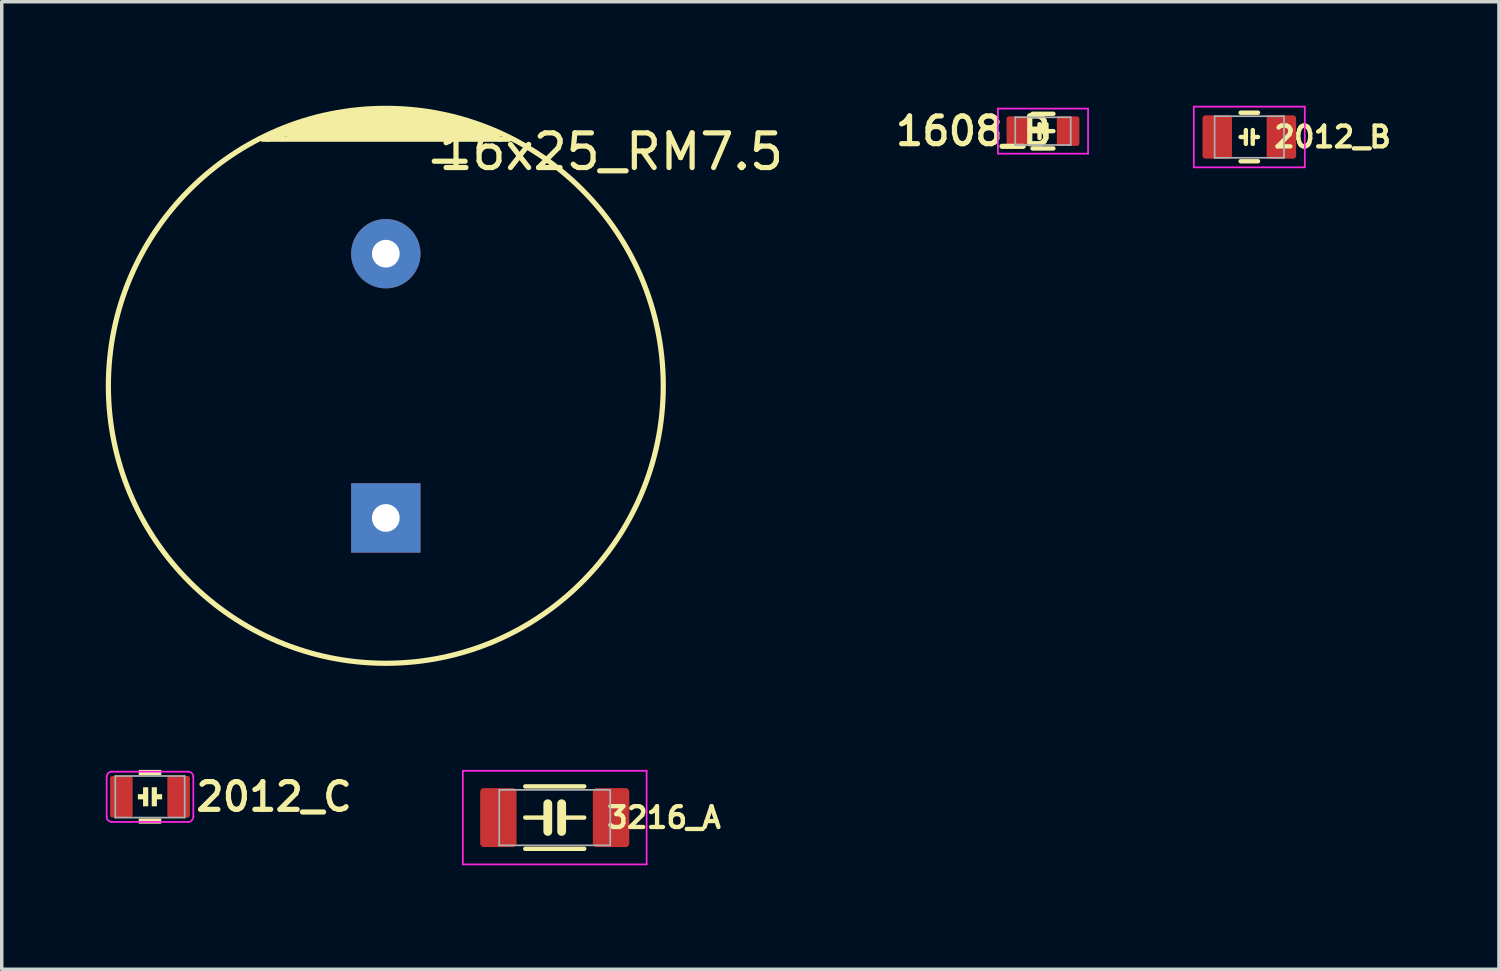
<source format=kicad_pcb>
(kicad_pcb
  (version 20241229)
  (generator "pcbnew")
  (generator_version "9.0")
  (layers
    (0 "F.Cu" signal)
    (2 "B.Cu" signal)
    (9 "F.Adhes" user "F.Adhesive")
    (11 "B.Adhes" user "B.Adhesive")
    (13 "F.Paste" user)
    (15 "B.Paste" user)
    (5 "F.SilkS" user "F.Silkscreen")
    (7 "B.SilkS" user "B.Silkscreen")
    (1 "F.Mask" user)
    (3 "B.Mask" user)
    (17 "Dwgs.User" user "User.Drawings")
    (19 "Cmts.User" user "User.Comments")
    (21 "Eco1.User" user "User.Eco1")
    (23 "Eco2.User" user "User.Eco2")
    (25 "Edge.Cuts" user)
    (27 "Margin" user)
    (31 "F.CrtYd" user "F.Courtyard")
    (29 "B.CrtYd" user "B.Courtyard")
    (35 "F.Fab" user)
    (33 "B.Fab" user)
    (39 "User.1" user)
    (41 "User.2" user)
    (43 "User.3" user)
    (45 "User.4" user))
  (footprint "16x25_RM7.5"
    (layer "F.Cu")
    (at 8.076 8.076)
    (property "Reference" "16x25_RM7.5" (at 6.5 -6.75 0) (layer "F.SilkS") (effects (font (size 1 1) (thickness 0.15))))
    (attr through_hole)
    (fp_line (start -3.429 -7.112) (end -1.27 -7.747) (stroke (width 0.15) (type solid)) (layer "F.SilkS"))
    (fp_line (start -3.25 -7.25) (end -3 -7.25) (stroke (width 0.127) (type solid)) (layer "F.SilkS"))
    (fp_line (start -3.25 -7.25) (end -2.75 -7.5) (stroke (width 0.127) (type solid)) (layer "F.SilkS"))
    (fp_line (start -3 -7.25) (end -2.75 -7.5) (stroke (width 0.127) (type solid)) (layer "F.SilkS"))
    (fp_line (start -3 -7.25) (end -2 -7.75) (stroke (width 0.127) (type solid)) (layer "F.SilkS"))
    (fp_line (start -2.794 -7.366) (end -2.667 -7.366) (stroke (width 0.15) (type solid)) (layer "F.SilkS"))
    (fp_line (start -2.794 -7.239) (end -1.905 -7.239) (stroke (width 0.15) (type solid)) (layer "F.SilkS"))
    (fp_line (start -2.75 -7.25) (end -3 -7.25) (stroke (width 0.127) (type solid)) (layer "F.SilkS"))
    (fp_line (start -2.5 -7.5) (end -0.25 -8) (stroke (width 0.127) (type solid)) (layer "F.SilkS"))
    (fp_line (start -2.159 -7.62) (end 2.159 -7.62) (stroke (width 0.15) (type solid)) (layer "F.SilkS"))
    (fp_line (start -2.032 -7.493) (end 2.032 -7.493) (stroke (width 0.15) (type solid)) (layer "F.SilkS"))
    (fp_line (start -2 -7.75) (end -1.75 -7.75) (stroke (width 0.127) (type solid)) (layer "F.SilkS"))
    (fp_line (start -2 -7.5) (end -2.75 -7.5) (stroke (width 0.127) (type solid)) (layer "F.SilkS"))
    (fp_line (start -1.75 -7.75) (end -2 -7.5) (stroke (width 0.127) (type solid)) (layer "F.SilkS"))
    (fp_line (start -1.75 -7.75) (end 2 -7.75) (stroke (width 0.127) (type solid)) (layer "F.SilkS"))
    (fp_line (start 1.397 -7.874) (end -1.27 -7.874) (stroke (width 0.15) (type solid)) (layer "F.SilkS"))
    (fp_line (start 1.397 -6.477) (end 2.286 -6.477) (stroke (width 0.15) (type solid)) (layer "F.SilkS"))
    (fp_line (start 2 -7.5) (end 2.75 -7.5) (stroke (width 0.127) (type solid)) (layer "F.SilkS"))
    (fp_line (start 2.75 -7.25) (end 3.25 -7.25) (stroke (width 0.127) (type solid)) (layer "F.SilkS"))
    (fp_line (start 2.794 -7.366) (end -2.794 -7.366) (stroke (width 0.15) (type solid)) (layer "F.SilkS"))
    (fp_line (start 2.921 -7.239) (end -2.794 -7.239) (stroke (width 0.15) (type solid)) (layer "F.SilkS"))
    (fp_line (start 3 -7.25) (end 2.75 -7.5) (stroke (width 0.127) (type solid)) (layer "F.SilkS"))
    (fp_line (start 3.25 -7.25) (end 1.75 -7.75) (stroke (width 0.127) (type solid)) (layer "F.SilkS"))
    (fp_line (start 3.25 -7.25) (end 2 -7.5) (stroke (width 0.127) (type solid)) (layer "F.SilkS"))
    (fp_line (start 3.302 -7.112) (end 2.159 -7.493) (stroke (width 0.15) (type solid)) (layer "F.SilkS"))
    (fp_line (start 3.556 -7.112) (end -3.556 -7.112) (stroke (width 0.15) (type solid)) (layer "F.SilkS"))
    (fp_circle (center 0 0) (end 8.001 0) (stroke (width 0.15) (type solid)) (fill no) (layer "F.SilkS"))
    (pad "1" thru_hole rect (at 0 3.81) (size 1.999 1.999) (drill 0.8) (layers "*.Cu" "*.Mask"))
    (pad "2" thru_hole circle (at 0 -3.81) (size 1.999 1.999) (drill 0.8) (layers "*.Cu" "*.Mask")))
  (footprint "2012_B"
    (layer "F.Cu")
    (at 32.977 0.9)
    (property "Reference" "2012_B" (at 2.4 0 0) (layer "F.SilkS") (effects (font (size 0.6 0.6) (thickness 0.125))))
    (attr smd)
    (fp_line (start -0.25 -0.7) (end 0.25 -0.7) (stroke (width 0.127) (type solid)) (layer "F.SilkS"))
    (fp_line (start -0.25 0.7) (end 0.25 0.7) (stroke (width 0.127) (type solid)) (layer "F.SilkS"))
    (fp_line (start -0.1 -0.2) (end -0.1 0.2) (stroke (width 0.127) (type solid)) (layer "F.SilkS"))
    (fp_line (start -0.1 0) (end -0.25 0) (stroke (width 0.127) (type solid)) (layer "F.SilkS"))
    (fp_line (start 0.1 -0.2) (end 0.1 0.2) (stroke (width 0.127) (type solid)) (layer "F.SilkS"))
    (fp_line (start 0.1 0) (end 0.25 0) (stroke (width 0.127) (type solid)) (layer "F.SilkS"))
    (fp_line (start -1.6 -0.875) (end 1.6 -0.875) (stroke (width 0.05) (type solid)) (layer "F.CrtYd"))
    (fp_line (start -1.6 0.875) (end -1.6 -0.875) (stroke (width 0.05) (type solid)) (layer "F.CrtYd"))
    (fp_line (start 1.6 -0.875) (end 1.6 0.875) (stroke (width 0.05) (type solid)) (layer "F.CrtYd"))
    (fp_line (start 1.6 0.875) (end -1.6 0.875) (stroke (width 0.05) (type solid)) (layer "F.CrtYd"))
    (fp_line (start -1 -0.6) (end 1 -0.6) (stroke (width 0.05) (type solid)) (layer "F.Fab"))
    (fp_line (start -1 0.6) (end -1 -0.6) (stroke (width 0.05) (type solid)) (layer "F.Fab"))
    (fp_line (start 1 -0.6) (end 1 0.6) (stroke (width 0.05) (type solid)) (layer "F.Fab"))
    (fp_line (start 1 0.6) (end -1 0.6) (stroke (width 0.05) (type solid)) (layer "F.Fab"))
    (pad "1" smd roundrect (at -0.925 0) (size 0.85 1.25) (layers "F.Cu" "F.Mask" "F.Paste") (roundrect_rratio 0.1))
    (pad "2" smd roundrect (at 0.925 0) (size 0.85 1.25) (layers "F.Cu" "F.Mask" "F.Paste") (roundrect_rratio 0.1)))
  (footprint "2012_C"
    (layer "F.Cu")
    (at 1.275 19.927)
    (property "Reference" "2012_C" (at 1.25 0 180) (layer "F.SilkS") (effects (font (size 0.8 0.8) (thickness 0.15)) (justify left)))
    (attr smd)
    (fp_poly (pts (xy 0.325 -0.625) (xy -0.325 -0.625) (xy -0.325 -0.775) (xy 0.325 -0.775)) (stroke (width 0) (type solid)) (fill yes) (layer "F.SilkS"))
    (fp_poly (pts (xy 0.325 0.775) (xy -0.325 0.775) (xy -0.325 0.625) (xy 0.325 0.625)) (stroke (width 0) (type solid)) (fill yes) (layer "F.SilkS"))
    (fp_poly (pts (xy -0.05 0.275) (xy -0.2 0.275) (xy -0.2 0.075) (xy -0.35 0.075) (xy -0.35 -0.075) (xy -0.2 -0.075) (xy -0.2 -0.275) (xy -0.05 -0.275)) (stroke (width 0) (type solid)) (fill yes) (layer "F.SilkS"))
    (fp_poly (pts (xy 0.05 -0.275) (xy 0.2 -0.275) (xy 0.2 -0.075) (xy 0.35 -0.075) (xy 0.35 0.075) (xy 0.2 0.075) (xy 0.2 0.275) (xy 0.05 0.275)) (stroke (width 0) (type solid)) (fill yes) (layer "F.SilkS"))
    (fp_line (start -1.25 0.575) (end -1.25 -0.575) (stroke (width 0.05) (type solid)) (layer "F.CrtYd"))
    (fp_line (start -1.1 -0.725) (end 1.1 -0.725) (stroke (width 0.05) (type solid)) (layer "F.CrtYd"))
    (fp_line (start 1.1 0.725) (end -1.1 0.725) (stroke (width 0.05) (type solid)) (layer "F.CrtYd"))
    (fp_line (start 1.25 -0.575) (end 1.25 0.575) (stroke (width 0.05) (type solid)) (layer "F.CrtYd"))
    (fp_arc (start -1.25 -0.575) (mid -1.206066 -0.681066) (end -1.1 -0.725) (stroke (width 0.05) (type solid)) (layer "F.CrtYd"))
    (fp_arc (start -1.1 0.725) (mid -1.206066 0.681066) (end -1.25 0.575) (stroke (width 0.05) (type solid)) (layer "F.CrtYd"))
    (fp_arc (start 1.1 -0.725) (mid 1.206066 -0.681066) (end 1.25 -0.575) (stroke (width 0.05) (type solid)) (layer "F.CrtYd"))
    (fp_arc (start 1.25 0.575) (mid 1.206066 0.681066) (end 1.1 0.725) (stroke (width 0.05) (type solid)) (layer "F.CrtYd"))
    (fp_line (start -1 -0.6) (end 1 -0.6) (stroke (width 0.05) (type solid)) (layer "F.Fab"))
    (fp_line (start -1 0.6) (end -1 -0.6) (stroke (width 0.05) (type solid)) (layer "F.Fab"))
    (fp_line (start 1 -0.6) (end 1 0.6) (stroke (width 0.05) (type solid)) (layer "F.Fab"))
    (fp_line (start 1 0.6) (end -1 0.6) (stroke (width 0.05) (type solid)) (layer "F.Fab"))
    (pad "1" smd roundrect (at -0.825 0) (size 0.65 1.2) (layers "F.Cu" "F.Mask" "F.Paste") (roundrect_rratio 0.1))
    (pad "2" smd roundrect (at 0.825 0) (size 0.65 1.2) (layers "F.Cu" "F.Mask" "F.Paste") (roundrect_rratio 0.1)))
  (footprint "3216_A"
    (layer "F.Cu")
    (at 12.947 20.527)
    (property "Reference" "3216_A" (at 3.15 0 0) (layer "F.SilkS") (effects (font (size 0.6 0.6) (thickness 0.125))))
    (attr smd)
    (fp_line (start -0.85 -0.9) (end 0.85 -0.9) (stroke (width 0.127) (type solid)) (layer "F.SilkS"))
    (fp_line (start -0.85 0.9) (end 0.85 0.9) (stroke (width 0.127) (type solid)) (layer "F.SilkS"))
    (fp_line (start -0.2 -0.4) (end -0.2 0.4) (stroke (width 0.254) (type solid)) (layer "F.SilkS"))
    (fp_line (start -0.2 0) (end -0.85 0) (stroke (width 0.127) (type solid)) (layer "F.SilkS"))
    (fp_line (start 0.2 -0.4) (end 0.2 0.4) (stroke (width 0.254) (type solid)) (layer "F.SilkS"))
    (fp_line (start 0.2 0) (end 0.85 0) (stroke (width 0.127) (type solid)) (layer "F.SilkS"))
    (fp_line (start -2.65 -1.35) (end -2.65 1.35) (stroke (width 0.05) (type solid)) (layer "F.CrtYd"))
    (fp_line (start -2.65 -1.35) (end 2.65 -1.35) (stroke (width 0.05) (type solid)) (layer "F.CrtYd"))
    (fp_line (start 2.65 -1.35) (end 2.65 1.35) (stroke (width 0.05) (type solid)) (layer "F.CrtYd"))
    (fp_line (start 2.65 1.35) (end -2.65 1.35) (stroke (width 0.05) (type solid)) (layer "F.CrtYd"))
    (fp_line (start -1.6 -0.8) (end 1.6 -0.8) (stroke (width 0.05) (type solid)) (layer "F.Fab"))
    (fp_line (start -1.6 0.8) (end -1.6 -0.8) (stroke (width 0.05) (type solid)) (layer "F.Fab"))
    (fp_line (start 1.6 -0.8) (end 1.6 0.8) (stroke (width 0.05) (type solid)) (layer "F.Fab"))
    (fp_line (start 1.6 0.8) (end -1.6 0.8) (stroke (width 0.05) (type solid)) (layer "F.Fab"))
    (pad "1" smd roundrect (at -1.625 0) (size 1.05 1.7) (layers "F.Cu" "F.Mask" "F.Paste") (roundrect_rratio 0.1))
    (pad "2" smd roundrect (at 1.625 0) (size 1.05 1.7) (layers "F.Cu" "F.Mask" "F.Paste") (roundrect_rratio 0.1)))
  (footprint "1608_B"
    (layer "F.Cu")
    (at 27.027 0.731)
    (property "Reference" "1608_B" (at -2 0 0) (layer "F.SilkS") (effects (font (size 0.8 0.8) (thickness 0.15))))
    (attr smd)
    (fp_line (start -0.3 -0.5) (end 0.3 -0.5) (stroke (width 0.127) (type solid)) (layer "F.SilkS"))
    (fp_line (start -0.3 0.5) (end 0.3 0.5) (stroke (width 0.127) (type solid)) (layer "F.SilkS"))
    (fp_line (start -0.1 -0.2) (end -0.1 0.2) (stroke (width 0.127) (type solid)) (layer "F.SilkS"))
    (fp_line (start -0.1 0) (end -0.3 0) (stroke (width 0.127) (type solid)) (layer "F.SilkS"))
    (fp_line (start 0.1 -0.2) (end 0.1 0.2) (stroke (width 0.127) (type solid)) (layer "F.SilkS"))
    (fp_line (start 0.1 0) (end 0.3 0) (stroke (width 0.127) (type solid)) (layer "F.SilkS"))
    (fp_line (start -1.3 -0.65) (end 1.3 -0.65) (stroke (width 0.05) (type solid)) (layer "F.CrtYd"))
    (fp_line (start -1.3 0.65) (end -1.3 -0.65) (stroke (width 0.05) (type solid)) (layer "F.CrtYd"))
    (fp_line (start 1.3 -0.65) (end 1.3 0.65) (stroke (width 0.05) (type solid)) (layer "F.CrtYd"))
    (fp_line (start 1.3 0.65) (end -1.3 0.65) (stroke (width 0.05) (type solid)) (layer "F.CrtYd"))
    (fp_line (start -0.8 -0.4) (end 0.8 -0.4) (stroke (width 0.05) (type solid)) (layer "F.Fab"))
    (fp_line (start -0.8 0.4) (end -0.8 -0.4) (stroke (width 0.05) (type solid)) (layer "F.Fab"))
    (fp_line (start 0.8 -0.4) (end 0.8 0.4) (stroke (width 0.05) (type solid)) (layer "F.Fab"))
    (fp_line (start 0.8 0.4) (end -0.8 0.4) (stroke (width 0.05) (type solid)) (layer "F.Fab"))
    (pad "" smd roundrect (at -0.75 0) (size 0.7 0.7) (layers "F.Paste") (roundrect_rratio 0.3))
    (pad "" smd roundrect (at 0.75 0) (size 0.7 0.7) (layers "F.Paste") (roundrect_rratio 0.3))
    (pad "1" smd roundrect (at -0.725 0) (size 0.65 0.85) (layers "F.Cu" "F.Mask") (roundrect_rratio 0.1))
    (pad "2" smd roundrect (at 0.725 0) (size 0.65 0.85) (layers "F.Cu" "F.Mask") (roundrect_rratio 0.1)))
  (gr_rect
    (start -3 -3)
    (end 40.176 24.902)
    (stroke (width 0.1) (type default))
    (fill no)
    (layer "Edge.Cuts")))
</source>
